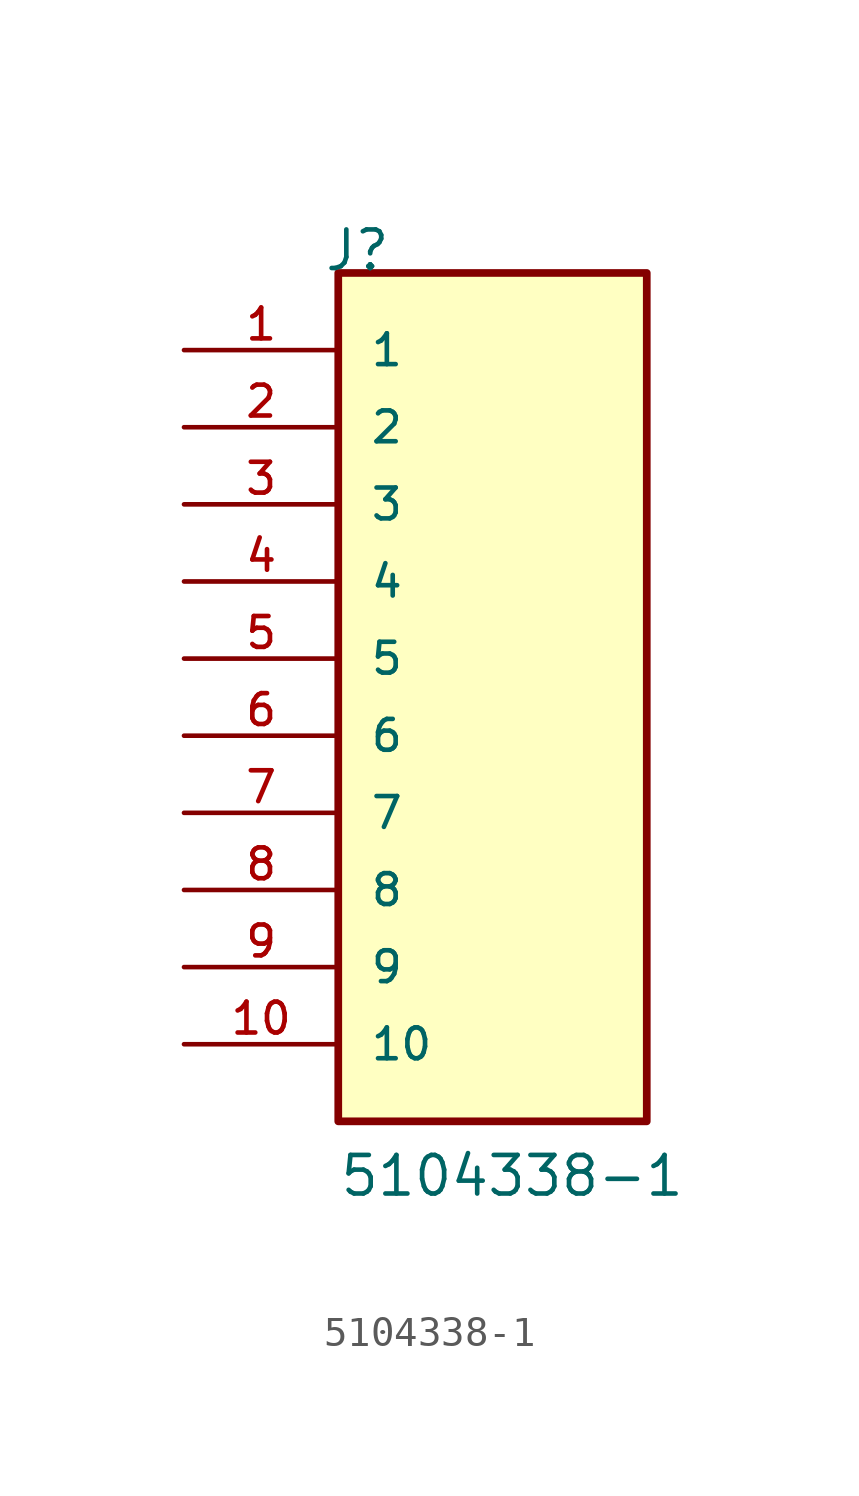
<source format=kicad_sym>
(kicad_symbol_lib
  (version 20211014)
  (generator kicad_symbol_editor)
  (symbol "5104338-1"
    (pin_names
      (offset 1.016))
    (property "Reference" "J"
      (at -5.58 15.24 0)
      (effects (font (size 1.27 1.27)) (justify bottom left)))
    (property "Value" "5104338-1"
      (at -5.08 -15.24 0)
      (effects (font (size 1.27 1.27)) (justify bottom left)))
    (symbol "5104338-1_0_0"
      (rectangle (start -5.08 -12.7) (end 5.08 15.24) (stroke (width 0.254)) (fill (type background)))
      (pin passive line (at -10.16 12.7 0) (length 5.08) (name "1" (effects (font (size 1.016 1.016)))) (number "1" (effects (font (size 1.016 1.016)))))
      (pin passive line (at -10.16 10.16 0) (length 5.08) (name "2" (effects (font (size 1.016 1.016)))) (number "2" (effects (font (size 1.016 1.016)))))
      (pin passive line (at -10.16 7.62 0) (length 5.08) (name "3" (effects (font (size 1.016 1.016)))) (number "3" (effects (font (size 1.016 1.016)))))
      (pin passive line (at -10.16 5.08 0) (length 5.08) (name "4" (effects (font (size 1.016 1.016)))) (number "4" (effects (font (size 1.016 1.016)))))
      (pin passive line (at -10.16 2.54 0) (length 5.08) (name "5" (effects (font (size 1.016 1.016)))) (number "5" (effects (font (size 1.016 1.016)))))
      (pin passive line (at -10.16 0.0 0) (length 5.08) (name "6" (effects (font (size 1.016 1.016)))) (number "6" (effects (font (size 1.016 1.016)))))
      (pin passive line (at -10.16 -2.54 0) (length 5.08) (name "7" (effects (font (size 1.016 1.016)))) (number "7" (effects (font (size 1.016 1.016)))))
      (pin passive line (at -10.16 -5.08 0) (length 5.08) (name "8" (effects (font (size 1.016 1.016)))) (number "8" (effects (font (size 1.016 1.016)))))
      (pin passive line (at -10.16 -7.62 0) (length 5.08) (name "9" (effects (font (size 1.016 1.016)))) (number "9" (effects (font (size 1.016 1.016)))))
      (pin passive line (at -10.16 -10.16 0) (length 5.08) (name "10" (effects (font (size 1.016 1.016)))) (number "10" (effects (font (size 1.016 1.016))))))))
</source>
